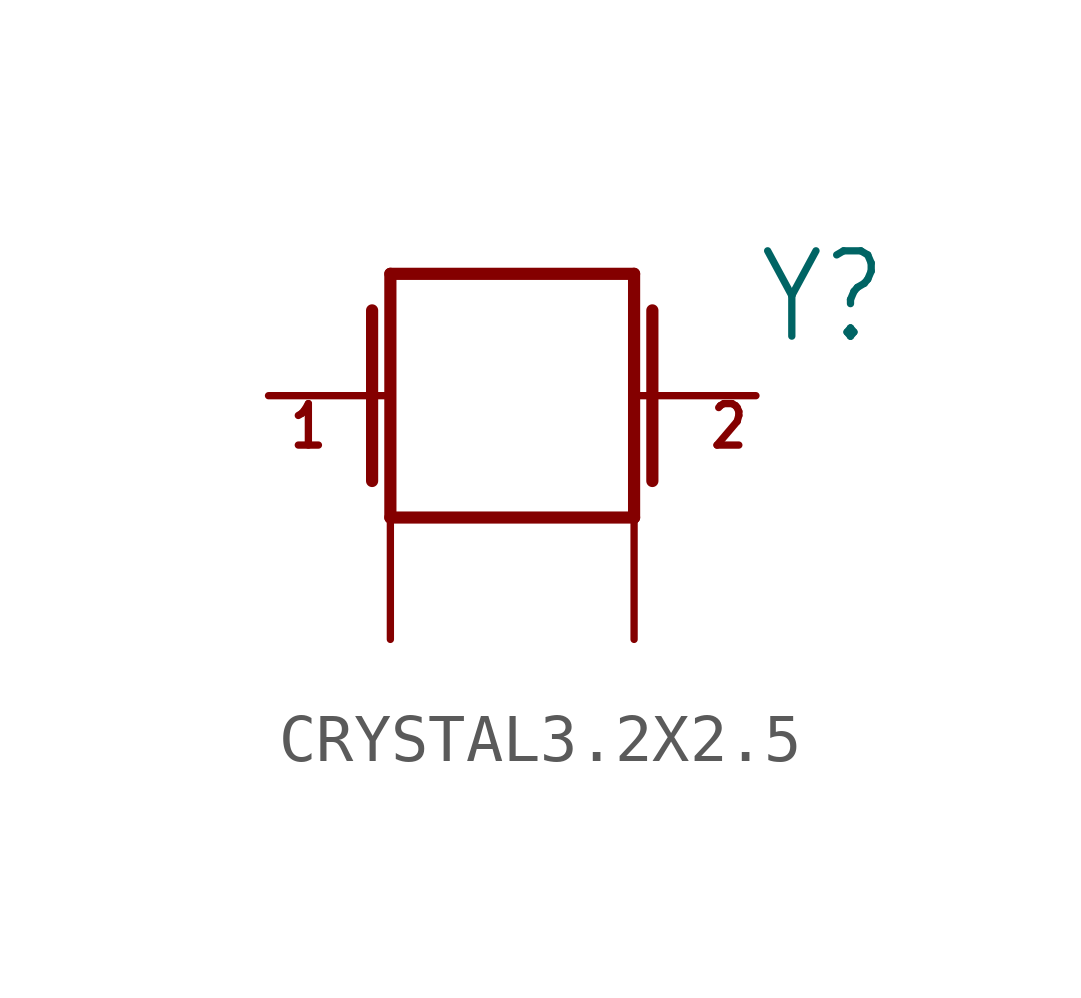
<source format=kicad_sym>
(kicad_symbol_lib
  (version 20231120)
  (generator "kicad_symbol_editor")
  (generator_version "8.0")
  (symbol "CRYSTAL3.2X2.5"
    (property "Reference" "Y"
      (at 5.08 1.016 0)
      (effects (font (size 1.778 1.511)) (justify left bottom)))
    (property "Value" ""
      (at 5.08 -2.54 0)
      (effects (font (size 1.778 1.511)) (justify left bottom)))
    (property "ki_locked" ""
      (at 0 0 0)
      (effects (font (size 1.27 1.27))))
    (symbol "CRYSTAL3.2X2.5_1_0"
      (polyline (pts (xy -2.921 1.778) (xy -2.921 -1.778)) (stroke (width 0.254) (type solid)) (fill (type none)))
      (polyline (pts (xy -2.54 -2.54) (xy 2.54 -2.54)) (stroke (width 0.254) (type solid)) (fill (type none)))
      (polyline (pts (xy -2.54 2.54) (xy -2.54 -2.54)) (stroke (width 0.254) (type solid)) (fill (type none)))
      (polyline (pts (xy 2.54 -2.54) (xy 2.54 2.54)) (stroke (width 0.254) (type solid)) (fill (type none)))
      (polyline (pts (xy 2.54 2.54) (xy -2.54 2.54)) (stroke (width 0.254) (type solid)) (fill (type none)))
      (polyline (pts (xy 2.921 1.778) (xy 2.921 -1.778)) (stroke (width 0.254) (type solid)) (fill (type none)))
      (text "1" (at -4.699 -1.143 0) (effects (font (size 0.864 0.734)) (justify left bottom)))
      (text "2" (at 4.064 -1.143 0) (effects (font (size 0.864 0.734)) (justify left bottom)))
      (pin passive line (at 5.08 0 180) (length 2.54) (name "1" (effects (font (size 0 0)))) (number "1" (effects (font (size 0 0)))))
      (pin power_in line (at -2.54 -5.08 90) (length 2.54) (name "P$1" (effects (font (size 0 0)))) (number "2" (effects (font (size 0 0)))))
      (pin passive line (at -5.08 0 0) (length 2.54) (name "2" (effects (font (size 0 0)))) (number "3" (effects (font (size 0 0)))))
      (pin power_in line (at 2.54 -5.08 90) (length 2.54) (name "P$2" (effects (font (size 0 0)))) (number "4" (effects (font (size 0 0))))))))
</source>
